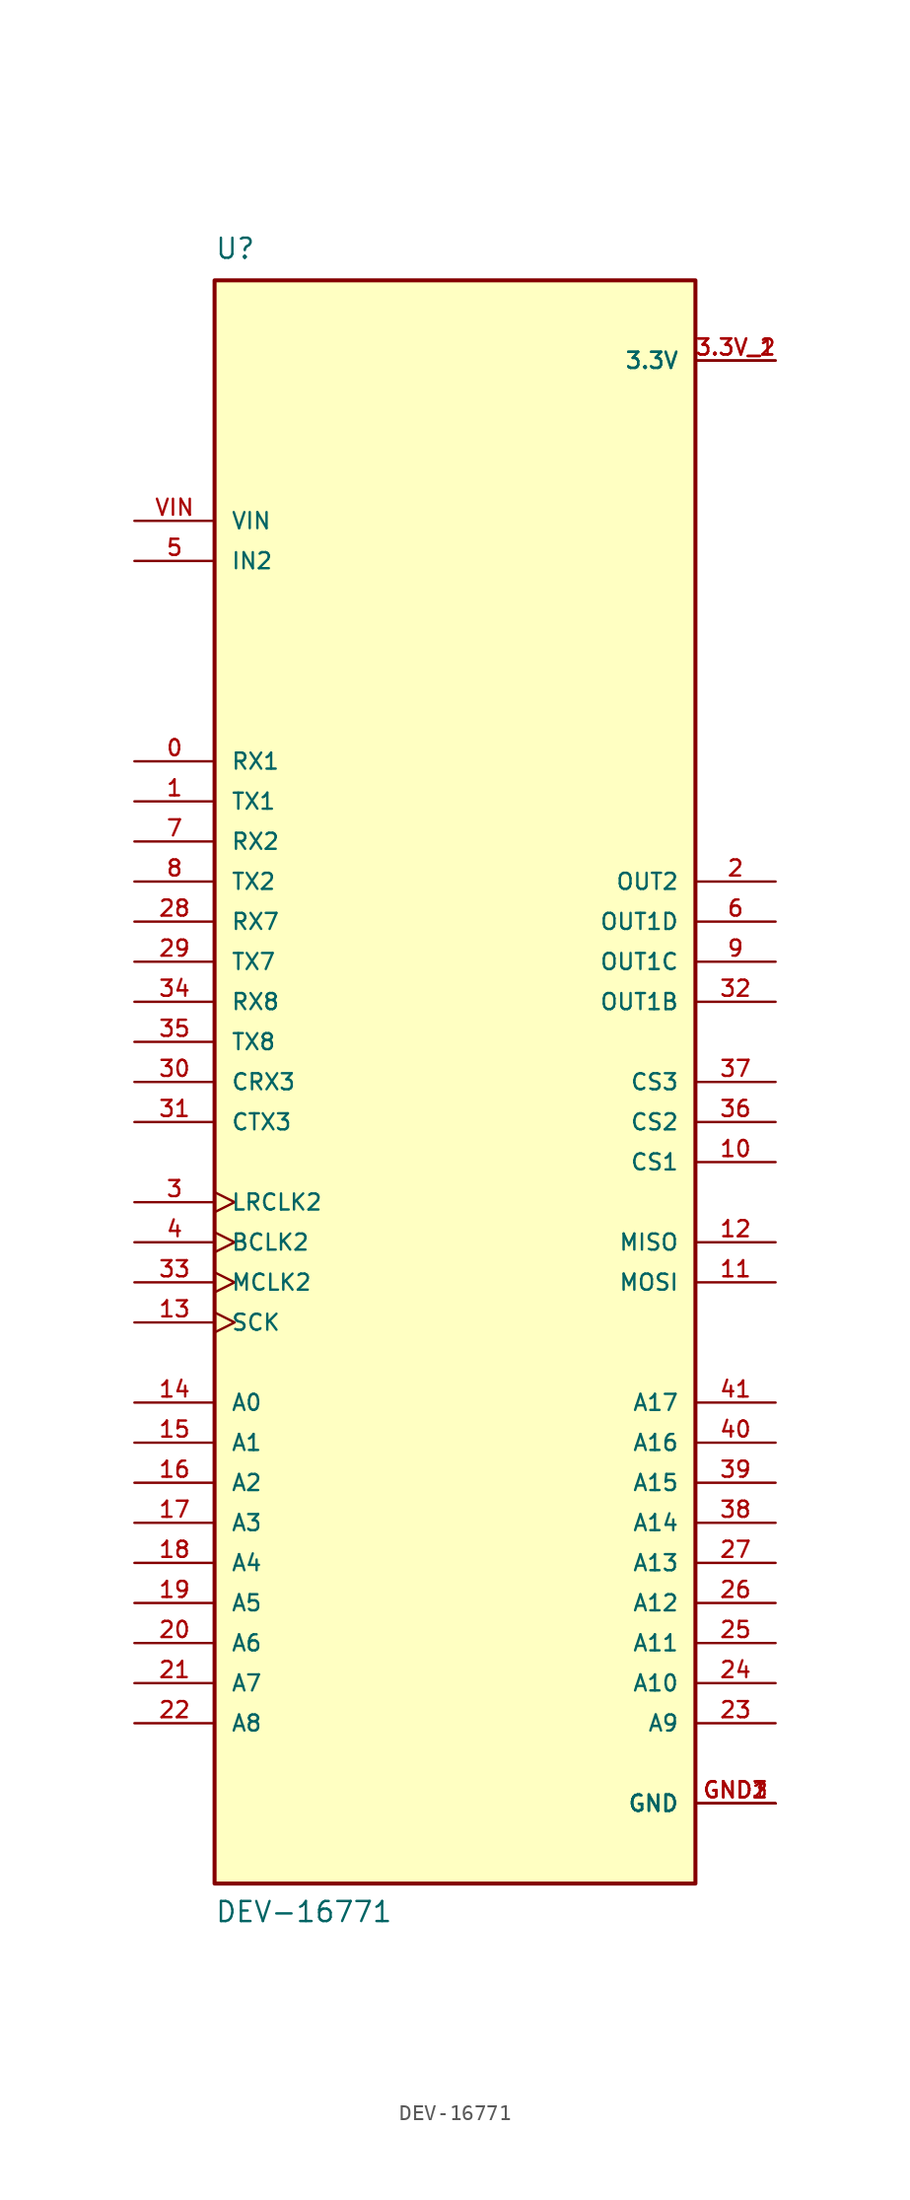
<source format=kicad_sym>
(kicad_symbol_lib
  (version 20220914)
  (generator kicad_symbol_editor)
  (symbol "DEV-16771"
    (pin_names
      (offset 1.016))
    (property "Reference" "U"
      (at -15.24 52.07 0)
      (effects (font (size 1.27 1.27)) (justify left bottom)))
    (property "Value" "DEV-16771"
      (at -15.24 -53.34 0)
      (effects (font (size 1.27 1.27)) (justify left bottom)))
    (symbol "DEV-16771_0_0"
      (rectangle (start -15.24 -50.8) (end 15.24 50.8) (stroke (width 0.254) (type default)) (fill (type background)))
      (pin bidirectional line (at -20.32 20.32 0) (length 5.08) (name "RX1" (effects (font (size 1.016 1.016)))) (number "0" (effects (font (size 1.016 1.016)))))
      (pin bidirectional line (at -20.32 17.78 0) (length 5.08) (name "TX1" (effects (font (size 1.016 1.016)))) (number "1" (effects (font (size 1.016 1.016)))))
      (pin bidirectional line (at 20.32 -5.08 180) (length 5.08) (name "CS1" (effects (font (size 1.016 1.016)))) (number "10" (effects (font (size 1.016 1.016)))))
      (pin bidirectional line (at 20.32 -12.7 180) (length 5.08) (name "MOSI" (effects (font (size 1.016 1.016)))) (number "11" (effects (font (size 1.016 1.016)))))
      (pin bidirectional line (at 20.32 -10.16 180) (length 5.08) (name "MISO" (effects (font (size 1.016 1.016)))) (number "12" (effects (font (size 1.016 1.016)))))
      (pin bidirectional clock (at -20.32 -15.24 0) (length 5.08) (name "SCK" (effects (font (size 1.016 1.016)))) (number "13" (effects (font (size 1.016 1.016)))))
      (pin bidirectional line (at -20.32 -20.32 0) (length 5.08) (name "A0" (effects (font (size 1.016 1.016)))) (number "14" (effects (font (size 1.016 1.016)))))
      (pin bidirectional line (at -20.32 -22.86 0) (length 5.08) (name "A1" (effects (font (size 1.016 1.016)))) (number "15" (effects (font (size 1.016 1.016)))))
      (pin bidirectional line (at -20.32 -25.4 0) (length 5.08) (name "A2" (effects (font (size 1.016 1.016)))) (number "16" (effects (font (size 1.016 1.016)))))
      (pin bidirectional line (at -20.32 -27.94 0) (length 5.08) (name "A3" (effects (font (size 1.016 1.016)))) (number "17" (effects (font (size 1.016 1.016)))))
      (pin bidirectional line (at -20.32 -30.48 0) (length 5.08) (name "A4" (effects (font (size 1.016 1.016)))) (number "18" (effects (font (size 1.016 1.016)))))
      (pin bidirectional line (at -20.32 -33.02 0) (length 5.08) (name "A5" (effects (font (size 1.016 1.016)))) (number "19" (effects (font (size 1.016 1.016)))))
      (pin output line (at 20.32 12.7 180) (length 5.08) (name "OUT2" (effects (font (size 1.016 1.016)))) (number "2" (effects (font (size 1.016 1.016)))))
      (pin bidirectional line (at -20.32 -35.56 0) (length 5.08) (name "A6" (effects (font (size 1.016 1.016)))) (number "20" (effects (font (size 1.016 1.016)))))
      (pin bidirectional line (at -20.32 -38.1 0) (length 5.08) (name "A7" (effects (font (size 1.016 1.016)))) (number "21" (effects (font (size 1.016 1.016)))))
      (pin bidirectional line (at -20.32 -40.64 0) (length 5.08) (name "A8" (effects (font (size 1.016 1.016)))) (number "22" (effects (font (size 1.016 1.016)))))
      (pin bidirectional line (at 20.32 -40.64 180) (length 5.08) (name "A9" (effects (font (size 1.016 1.016)))) (number "23" (effects (font (size 1.016 1.016)))))
      (pin bidirectional line (at 20.32 -38.1 180) (length 5.08) (name "A10" (effects (font (size 1.016 1.016)))) (number "24" (effects (font (size 1.016 1.016)))))
      (pin bidirectional line (at 20.32 -35.56 180) (length 5.08) (name "A11" (effects (font (size 1.016 1.016)))) (number "25" (effects (font (size 1.016 1.016)))))
      (pin bidirectional line (at 20.32 -33.02 180) (length 5.08) (name "A12" (effects (font (size 1.016 1.016)))) (number "26" (effects (font (size 1.016 1.016)))))
      (pin bidirectional line (at 20.32 -30.48 180) (length 5.08) (name "A13" (effects (font (size 1.016 1.016)))) (number "27" (effects (font (size 1.016 1.016)))))
      (pin bidirectional line (at -20.32 10.16 0) (length 5.08) (name "RX7" (effects (font (size 1.016 1.016)))) (number "28" (effects (font (size 1.016 1.016)))))
      (pin bidirectional line (at -20.32 7.62 0) (length 5.08) (name "TX7" (effects (font (size 1.016 1.016)))) (number "29" (effects (font (size 1.016 1.016)))))
      (pin bidirectional clock (at -20.32 -7.62 0) (length 5.08) (name "LRCLK2" (effects (font (size 1.016 1.016)))) (number "3" (effects (font (size 1.016 1.016)))))
      (pin power_in line (at 20.32 45.72 180) (length 5.08) (name "3.3V" (effects (font (size 1.016 1.016)))) (number "3.3V_1" (effects (font (size 1.016 1.016)))))
      (pin power_in line (at 20.32 45.72 180) (length 5.08) (name "3.3V" (effects (font (size 1.016 1.016)))) (number "3.3V_2" (effects (font (size 1.016 1.016)))))
      (pin bidirectional line (at -20.32 0 0) (length 5.08) (name "CRX3" (effects (font (size 1.016 1.016)))) (number "30" (effects (font (size 1.016 1.016)))))
      (pin bidirectional line (at -20.32 -2.54 0) (length 5.08) (name "CTX3" (effects (font (size 1.016 1.016)))) (number "31" (effects (font (size 1.016 1.016)))))
      (pin output line (at 20.32 5.08 180) (length 5.08) (name "OUT1B" (effects (font (size 1.016 1.016)))) (number "32" (effects (font (size 1.016 1.016)))))
      (pin bidirectional clock (at -20.32 -12.7 0) (length 5.08) (name "MCLK2" (effects (font (size 1.016 1.016)))) (number "33" (effects (font (size 1.016 1.016)))))
      (pin bidirectional line (at -20.32 5.08 0) (length 5.08) (name "RX8" (effects (font (size 1.016 1.016)))) (number "34" (effects (font (size 1.016 1.016)))))
      (pin bidirectional line (at -20.32 2.54 0) (length 5.08) (name "TX8" (effects (font (size 1.016 1.016)))) (number "35" (effects (font (size 1.016 1.016)))))
      (pin bidirectional line (at 20.32 -2.54 180) (length 5.08) (name "CS2" (effects (font (size 1.016 1.016)))) (number "36" (effects (font (size 1.016 1.016)))))
      (pin bidirectional line (at 20.32 0 180) (length 5.08) (name "CS3" (effects (font (size 1.016 1.016)))) (number "37" (effects (font (size 1.016 1.016)))))
      (pin bidirectional line (at 20.32 -27.94 180) (length 5.08) (name "A14" (effects (font (size 1.016 1.016)))) (number "38" (effects (font (size 1.016 1.016)))))
      (pin bidirectional line (at 20.32 -25.4 180) (length 5.08) (name "A15" (effects (font (size 1.016 1.016)))) (number "39" (effects (font (size 1.016 1.016)))))
      (pin bidirectional clock (at -20.32 -10.16 0) (length 5.08) (name "BCLK2" (effects (font (size 1.016 1.016)))) (number "4" (effects (font (size 1.016 1.016)))))
      (pin bidirectional line (at 20.32 -22.86 180) (length 5.08) (name "A16" (effects (font (size 1.016 1.016)))) (number "40" (effects (font (size 1.016 1.016)))))
      (pin bidirectional line (at 20.32 -20.32 180) (length 5.08) (name "A17" (effects (font (size 1.016 1.016)))) (number "41" (effects (font (size 1.016 1.016)))))
      (pin bidirectional line (at -20.32 33.02 0) (length 5.08) (name "IN2" (effects (font (size 1.016 1.016)))) (number "5" (effects (font (size 1.016 1.016)))))
      (pin output line (at 20.32 10.16 180) (length 5.08) (name "OUT1D" (effects (font (size 1.016 1.016)))) (number "6" (effects (font (size 1.016 1.016)))))
      (pin bidirectional line (at -20.32 15.24 0) (length 5.08) (name "RX2" (effects (font (size 1.016 1.016)))) (number "7" (effects (font (size 1.016 1.016)))))
      (pin bidirectional line (at -20.32 12.7 0) (length 5.08) (name "TX2" (effects (font (size 1.016 1.016)))) (number "8" (effects (font (size 1.016 1.016)))))
      (pin output line (at 20.32 7.62 180) (length 5.08) (name "OUT1C" (effects (font (size 1.016 1.016)))) (number "9" (effects (font (size 1.016 1.016)))))
      (pin power_in line (at 20.32 -45.72 180) (length 5.08) (name "GND" (effects (font (size 1.016 1.016)))) (number "GND1" (effects (font (size 1.016 1.016)))))
      (pin power_in line (at 20.32 -45.72 180) (length 5.08) (name "GND" (effects (font (size 1.016 1.016)))) (number "GND2" (effects (font (size 1.016 1.016)))))
      (pin power_in line (at 20.32 -45.72 180) (length 5.08) (name "GND" (effects (font (size 1.016 1.016)))) (number "GND3" (effects (font (size 1.016 1.016)))))
      (pin input line (at -20.32 35.56 0) (length 5.08) (name "VIN" (effects (font (size 1.016 1.016)))) (number "VIN" (effects (font (size 1.016 1.016))))))))
</source>
